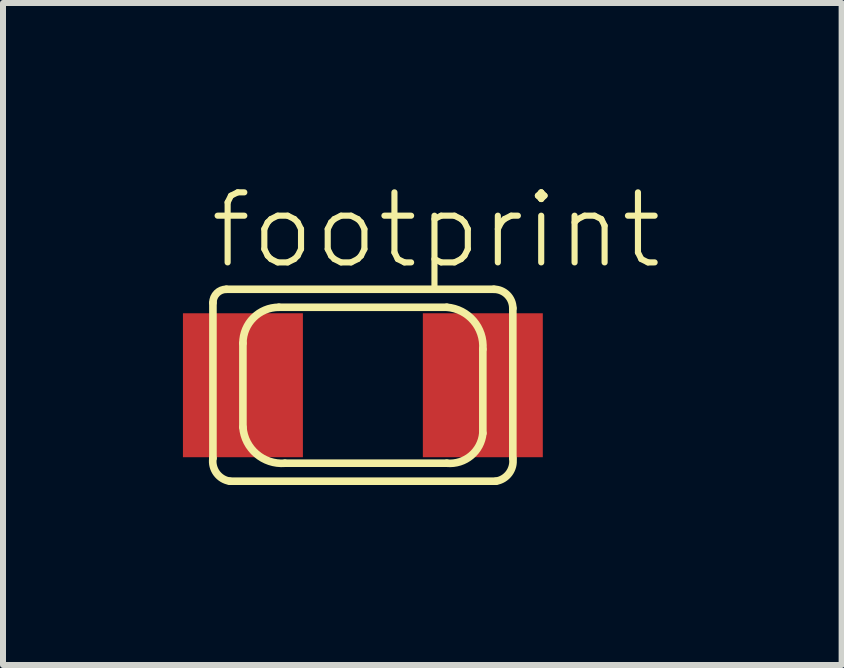
<source format=kicad_pcb>
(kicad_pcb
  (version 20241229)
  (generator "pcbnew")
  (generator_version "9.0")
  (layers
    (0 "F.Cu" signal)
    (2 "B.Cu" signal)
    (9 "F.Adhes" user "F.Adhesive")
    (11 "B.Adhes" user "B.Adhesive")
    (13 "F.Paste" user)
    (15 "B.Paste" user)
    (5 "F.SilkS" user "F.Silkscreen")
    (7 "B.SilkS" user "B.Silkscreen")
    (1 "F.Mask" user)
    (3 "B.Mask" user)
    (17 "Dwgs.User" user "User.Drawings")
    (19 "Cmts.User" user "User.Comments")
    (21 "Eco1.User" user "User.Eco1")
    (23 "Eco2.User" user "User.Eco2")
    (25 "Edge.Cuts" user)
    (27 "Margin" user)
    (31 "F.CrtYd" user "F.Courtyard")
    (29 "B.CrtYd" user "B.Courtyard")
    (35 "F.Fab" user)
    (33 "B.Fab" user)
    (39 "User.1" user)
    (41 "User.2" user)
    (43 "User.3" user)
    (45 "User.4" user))
  (footprint "footprint"
    (layer "F.Cu")
    (at 3 3.373)
    (property "Reference" "footprint" (at -2.6 -1.9 0) (layer "F.SilkS") (effects (font (size 1.168 1.168) (thickness 0.102)) (justify left bottom)))
    (fp_line (start -2.5 1.217) (end -2.5 -1.376) (stroke (width 0.127) (type solid)) (layer "F.SilkS"))
    (fp_line (start -2.276 -1.6) (end 2.184 -1.6) (stroke (width 0.127) (type solid)) (layer "F.SilkS"))
    (fp_line (start -2 0.7) (end -2 -0.7) (stroke (width 0.127) (type solid)) (layer "F.SilkS"))
    (fp_line (start -1.4 -1.3) (end 1.4 -1.3) (stroke (width 0.127) (type solid)) (layer "F.SilkS"))
    (fp_line (start 1.4 1.3) (end -1.3 1.3) (stroke (width 0.127) (type solid)) (layer "F.SilkS"))
    (fp_line (start 2 -0.6) (end 2 0.8) (stroke (width 0.127) (type solid)) (layer "F.SilkS"))
    (fp_line (start 2.217 1.6) (end -2.217 1.6) (stroke (width 0.127) (type solid)) (layer "F.SilkS"))
    (fp_line (start 2.5 -1.284) (end 2.5 1.217) (stroke (width 0.127) (type solid)) (layer "F.SilkS"))
    (fp_arc (start -2.5 -1.3764) (mid -2.434509 -1.534509) (end -2.2764 -1.6) (stroke (width 0.127) (type solid)) (layer "F.SilkS"))
    (fp_arc (start -2.2172 1.6) (mid -2.43788 1.46717) (end -2.5 1.2172) (stroke (width 0.127) (type solid)) (layer "F.SilkS"))
    (fp_arc (start -2 -0.7) (mid -1.824264 -1.124264) (end -1.4 -1.3) (stroke (width 0.127) (type solid)) (layer "F.SilkS"))
    (fp_arc (start -1.3 1.3) (mid -1.774264 1.144975) (end -2 0.7) (stroke (width 0.127) (type solid)) (layer "F.SilkS"))
    (fp_arc (start 1.4 -1.3) (mid 1.844917 -1.074214) (end 2.000001 -0.599999) (stroke (width 0.127) (type solid)) (layer "F.SilkS"))
    (fp_arc (start 2 0.8) (mid 1.803553 1.174264) (end 1.4 1.3) (stroke (width 0.127) (type solid)) (layer "F.SilkS"))
    (fp_arc (start 2.1838 -1.6) (mid 2.407387 -1.507387) (end 2.5 -1.2838) (stroke (width 0.127) (type solid)) (layer "F.SilkS"))
    (fp_arc (start 2.5 1.2172) (mid 2.43788 1.46717) (end 2.2172 1.6) (stroke (width 0.127) (type solid)) (layer "F.SilkS"))
    (pad "P$1" smd rect (at 2 0) (size 2 2.4) (layers "F.Cu" "F.Mask" "F.Paste"))
    (pad "P$2" smd rect (at -2 0 180) (size 2 2.4) (layers "F.Cu" "F.Mask" "F.Paste")))
  (gr_rect
    (start -3 -3)
    (end 10.982 8.037)
    (stroke (width 0.1) (type default))
    (fill no)
    (layer "Edge.Cuts")))
</source>
